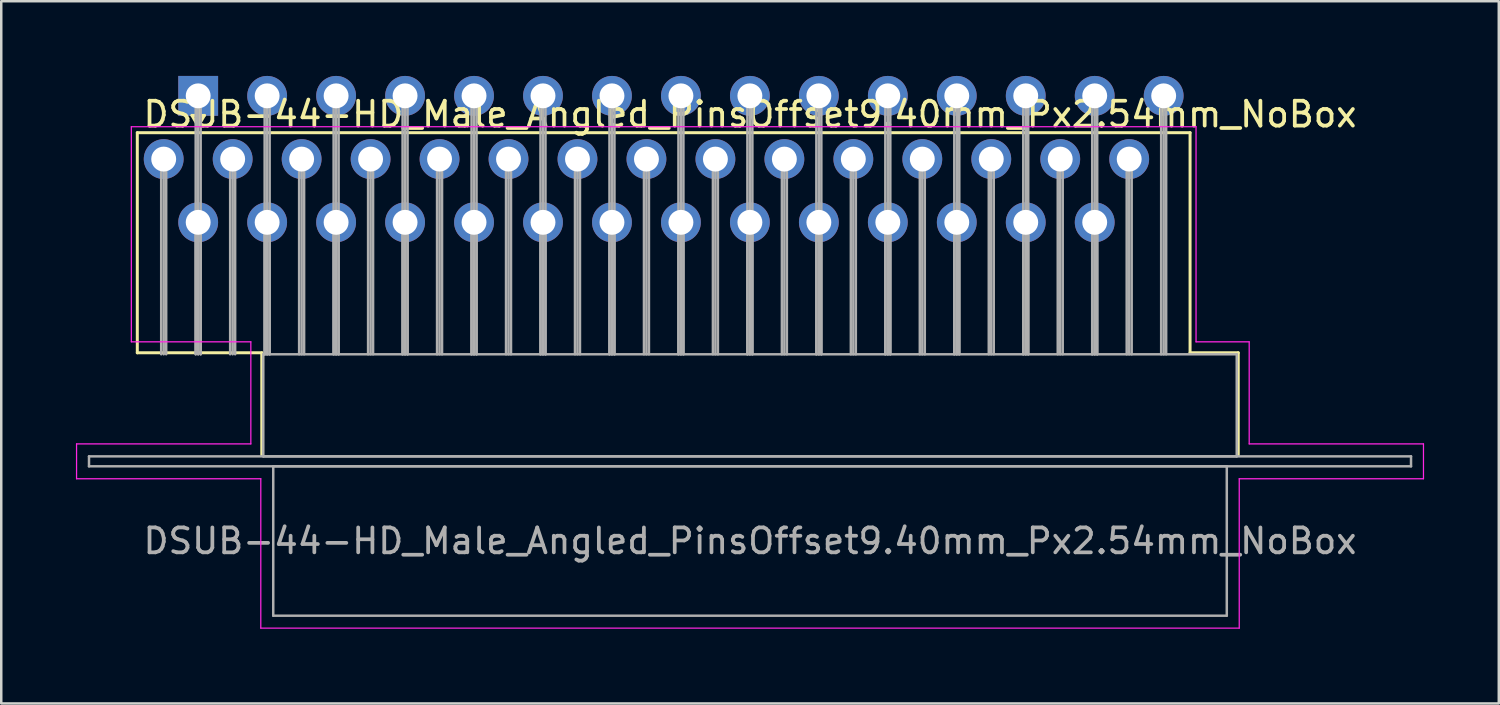
<source format=kicad_pcb>
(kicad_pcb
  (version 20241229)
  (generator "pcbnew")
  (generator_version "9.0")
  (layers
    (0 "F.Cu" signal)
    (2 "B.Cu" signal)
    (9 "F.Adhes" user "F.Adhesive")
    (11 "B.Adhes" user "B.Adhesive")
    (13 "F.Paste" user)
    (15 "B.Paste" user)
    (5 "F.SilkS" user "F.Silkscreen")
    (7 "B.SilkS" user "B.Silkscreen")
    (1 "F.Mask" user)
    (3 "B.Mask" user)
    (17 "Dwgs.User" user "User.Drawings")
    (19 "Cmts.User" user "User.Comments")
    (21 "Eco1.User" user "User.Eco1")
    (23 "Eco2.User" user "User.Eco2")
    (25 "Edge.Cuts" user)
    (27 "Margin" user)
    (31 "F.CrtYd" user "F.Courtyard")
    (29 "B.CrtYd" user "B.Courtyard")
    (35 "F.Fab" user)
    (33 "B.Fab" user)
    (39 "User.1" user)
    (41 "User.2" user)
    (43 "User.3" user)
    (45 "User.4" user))
  (footprint "DSUB-44-HD_Male_Angled_PinsOffset9.40mm_Px2.54mm_NoBox"
    (layer "F.Cu")
    (at 4.91 0.8)
    (property "Reference" "DSUB-44-HD_Male_Angled_PinsOffset9.40mm_Px2.54mm_NoBox" (at 22.165 0.74 0) (layer "F.SilkS") (effects (font (size 1 1) (thickness 0.15))))
    (attr through_hole)
    (fp_line (start -2.445 1.48) (end 39.84 1.48) (stroke (width 0.12) (type solid)) (layer "F.SilkS"))
    (fp_line (start -2.445 10.32) (end -2.445 1.48) (stroke (width 0.12) (type solid)) (layer "F.SilkS"))
    (fp_line (start -0.25 0.786) (end 0.25 0.786) (stroke (width 0.12) (type solid)) (layer "F.SilkS"))
    (fp_line (start 0 1.219) (end -0.25 0.786) (stroke (width 0.12) (type solid)) (layer "F.SilkS"))
    (fp_line (start 0.25 0.786) (end 0 1.219) (stroke (width 0.12) (type solid)) (layer "F.SilkS"))
    (fp_line (start 2.555 10.32) (end -2.445 10.32) (stroke (width 0.12) (type solid)) (layer "F.SilkS"))
    (fp_line (start 2.555 14.42) (end 2.555 10.32) (stroke (width 0.12) (type solid)) (layer "F.SilkS"))
    (fp_line (start 39.84 1.48) (end 39.84 10.32) (stroke (width 0.12) (type solid)) (layer "F.SilkS"))
    (fp_line (start 39.84 10.32) (end 41.775 10.32) (stroke (width 0.12) (type solid)) (layer "F.SilkS"))
    (fp_line (start 41.775 10.32) (end 41.775 14.42) (stroke (width 0.12) (type solid)) (layer "F.SilkS"))
    (fp_line (start -4.885 13.98) (end 2.115 13.98) (stroke (width 0.05) (type solid)) (layer "F.CrtYd"))
    (fp_line (start -4.885 15.38) (end -4.885 13.98) (stroke (width 0.05) (type solid)) (layer "F.CrtYd"))
    (fp_line (start -2.685 1.24) (end 40.08 1.24) (stroke (width 0.05) (type solid)) (layer "F.CrtYd"))
    (fp_line (start -2.685 9.88) (end -2.685 1.24) (stroke (width 0.05) (type solid)) (layer "F.CrtYd"))
    (fp_line (start 2.115 9.88) (end -2.685 9.88) (stroke (width 0.05) (type solid)) (layer "F.CrtYd"))
    (fp_line (start 2.115 13.98) (end 2.115 9.88) (stroke (width 0.05) (type solid)) (layer "F.CrtYd"))
    (fp_line (start 2.515 15.38) (end -4.885 15.38) (stroke (width 0.05) (type solid)) (layer "F.CrtYd"))
    (fp_line (start 2.515 21.38) (end 2.515 15.38) (stroke (width 0.05) (type solid)) (layer "F.CrtYd"))
    (fp_line (start 40.08 1.24) (end 40.08 9.88) (stroke (width 0.05) (type solid)) (layer "F.CrtYd"))
    (fp_line (start 40.08 9.88) (end 42.215 9.88) (stroke (width 0.05) (type solid)) (layer "F.CrtYd"))
    (fp_line (start 41.815 15.38) (end 41.815 21.38) (stroke (width 0.05) (type solid)) (layer "F.CrtYd"))
    (fp_line (start 41.815 21.38) (end 2.515 21.38) (stroke (width 0.05) (type solid)) (layer "F.CrtYd"))
    (fp_line (start 42.215 9.88) (end 42.215 13.98) (stroke (width 0.05) (type solid)) (layer "F.CrtYd"))
    (fp_line (start 42.215 13.98) (end 49.215 13.98) (stroke (width 0.05) (type solid)) (layer "F.CrtYd"))
    (fp_line (start 49.215 13.98) (end 49.215 15.38) (stroke (width 0.05) (type solid)) (layer "F.CrtYd"))
    (fp_line (start 49.215 15.38) (end 41.815 15.38) (stroke (width 0.05) (type solid)) (layer "F.CrtYd"))
    (fp_line (start -4.385 14.48) (end -4.385 14.88) (stroke (width 0.1) (type solid)) (layer "F.Fab"))
    (fp_line (start -4.385 14.88) (end 48.715 14.88) (stroke (width 0.1) (type solid)) (layer "F.Fab"))
    (fp_line (start -1.485 2.54) (end -1.485 10.38) (stroke (width 0.1) (type solid)) (layer "F.Fab"))
    (fp_line (start -1.385 2.54) (end -1.385 10.38) (stroke (width 0.1) (type solid)) (layer "F.Fab"))
    (fp_line (start -1.285 2.54) (end -1.285 10.38) (stroke (width 0.1) (type solid)) (layer "F.Fab"))
    (fp_line (start -0.1 0) (end -0.1 10.38) (stroke (width 0.1) (type solid)) (layer "F.Fab"))
    (fp_line (start -0.1 5.08) (end -0.1 10.38) (stroke (width 0.1) (type solid)) (layer "F.Fab"))
    (fp_line (start 0 0) (end 0 10.38) (stroke (width 0.1) (type solid)) (layer "F.Fab"))
    (fp_line (start 0 5.08) (end 0 10.38) (stroke (width 0.1) (type solid)) (layer "F.Fab"))
    (fp_line (start 0.1 0) (end 0.1 10.38) (stroke (width 0.1) (type solid)) (layer "F.Fab"))
    (fp_line (start 0.1 5.08) (end 0.1 10.38) (stroke (width 0.1) (type solid)) (layer "F.Fab"))
    (fp_line (start 1.285 2.54) (end 1.285 10.38) (stroke (width 0.1) (type solid)) (layer "F.Fab"))
    (fp_line (start 1.385 2.54) (end 1.385 10.38) (stroke (width 0.1) (type solid)) (layer "F.Fab"))
    (fp_line (start 1.485 2.54) (end 1.485 10.38) (stroke (width 0.1) (type solid)) (layer "F.Fab"))
    (fp_line (start 2.615 10.38) (end 2.615 14.48) (stroke (width 0.1) (type solid)) (layer "F.Fab"))
    (fp_line (start 2.615 14.48) (end 41.715 14.48) (stroke (width 0.1) (type solid)) (layer "F.Fab"))
    (fp_line (start 2.67 0) (end 2.67 10.38) (stroke (width 0.1) (type solid)) (layer "F.Fab"))
    (fp_line (start 2.67 5.08) (end 2.67 10.38) (stroke (width 0.1) (type solid)) (layer "F.Fab"))
    (fp_line (start 2.77 0) (end 2.77 10.38) (stroke (width 0.1) (type solid)) (layer "F.Fab"))
    (fp_line (start 2.77 5.08) (end 2.77 10.38) (stroke (width 0.1) (type solid)) (layer "F.Fab"))
    (fp_line (start 2.87 0) (end 2.87 10.38) (stroke (width 0.1) (type solid)) (layer "F.Fab"))
    (fp_line (start 2.87 5.08) (end 2.87 10.38) (stroke (width 0.1) (type solid)) (layer "F.Fab"))
    (fp_line (start 3.015 14.88) (end 3.015 20.88) (stroke (width 0.1) (type solid)) (layer "F.Fab"))
    (fp_line (start 3.015 20.88) (end 41.315 20.88) (stroke (width 0.1) (type solid)) (layer "F.Fab"))
    (fp_line (start 4.055 2.54) (end 4.055 10.38) (stroke (width 0.1) (type solid)) (layer "F.Fab"))
    (fp_line (start 4.155 2.54) (end 4.155 10.38) (stroke (width 0.1) (type solid)) (layer "F.Fab"))
    (fp_line (start 4.255 2.54) (end 4.255 10.38) (stroke (width 0.1) (type solid)) (layer "F.Fab"))
    (fp_line (start 5.44 0) (end 5.44 10.38) (stroke (width 0.1) (type solid)) (layer "F.Fab"))
    (fp_line (start 5.44 5.08) (end 5.44 10.38) (stroke (width 0.1) (type solid)) (layer "F.Fab"))
    (fp_line (start 5.54 0) (end 5.54 10.38) (stroke (width 0.1) (type solid)) (layer "F.Fab"))
    (fp_line (start 5.54 5.08) (end 5.54 10.38) (stroke (width 0.1) (type solid)) (layer "F.Fab"))
    (fp_line (start 5.64 0) (end 5.64 10.38) (stroke (width 0.1) (type solid)) (layer "F.Fab"))
    (fp_line (start 5.64 5.08) (end 5.64 10.38) (stroke (width 0.1) (type solid)) (layer "F.Fab"))
    (fp_line (start 6.825 2.54) (end 6.825 10.38) (stroke (width 0.1) (type solid)) (layer "F.Fab"))
    (fp_line (start 6.925 2.54) (end 6.925 10.38) (stroke (width 0.1) (type solid)) (layer "F.Fab"))
    (fp_line (start 7.025 2.54) (end 7.025 10.38) (stroke (width 0.1) (type solid)) (layer "F.Fab"))
    (fp_line (start 8.21 0) (end 8.21 10.38) (stroke (width 0.1) (type solid)) (layer "F.Fab"))
    (fp_line (start 8.21 5.08) (end 8.21 10.38) (stroke (width 0.1) (type solid)) (layer "F.Fab"))
    (fp_line (start 8.31 0) (end 8.31 10.38) (stroke (width 0.1) (type solid)) (layer "F.Fab"))
    (fp_line (start 8.31 5.08) (end 8.31 10.38) (stroke (width 0.1) (type solid)) (layer "F.Fab"))
    (fp_line (start 8.41 0) (end 8.41 10.38) (stroke (width 0.1) (type solid)) (layer "F.Fab"))
    (fp_line (start 8.41 5.08) (end 8.41 10.38) (stroke (width 0.1) (type solid)) (layer "F.Fab"))
    (fp_line (start 9.595 2.54) (end 9.595 10.38) (stroke (width 0.1) (type solid)) (layer "F.Fab"))
    (fp_line (start 9.695 2.54) (end 9.695 10.38) (stroke (width 0.1) (type solid)) (layer "F.Fab"))
    (fp_line (start 9.795 2.54) (end 9.795 10.38) (stroke (width 0.1) (type solid)) (layer "F.Fab"))
    (fp_line (start 10.98 0) (end 10.98 10.38) (stroke (width 0.1) (type solid)) (layer "F.Fab"))
    (fp_line (start 10.98 5.08) (end 10.98 10.38) (stroke (width 0.1) (type solid)) (layer "F.Fab"))
    (fp_line (start 11.08 0) (end 11.08 10.38) (stroke (width 0.1) (type solid)) (layer "F.Fab"))
    (fp_line (start 11.08 5.08) (end 11.08 10.38) (stroke (width 0.1) (type solid)) (layer "F.Fab"))
    (fp_line (start 11.18 0) (end 11.18 10.38) (stroke (width 0.1) (type solid)) (layer "F.Fab"))
    (fp_line (start 11.18 5.08) (end 11.18 10.38) (stroke (width 0.1) (type solid)) (layer "F.Fab"))
    (fp_line (start 12.365 2.54) (end 12.365 10.38) (stroke (width 0.1) (type solid)) (layer "F.Fab"))
    (fp_line (start 12.465 2.54) (end 12.465 10.38) (stroke (width 0.1) (type solid)) (layer "F.Fab"))
    (fp_line (start 12.565 2.54) (end 12.565 10.38) (stroke (width 0.1) (type solid)) (layer "F.Fab"))
    (fp_line (start 13.75 0) (end 13.75 10.38) (stroke (width 0.1) (type solid)) (layer "F.Fab"))
    (fp_line (start 13.75 5.08) (end 13.75 10.38) (stroke (width 0.1) (type solid)) (layer "F.Fab"))
    (fp_line (start 13.85 0) (end 13.85 10.38) (stroke (width 0.1) (type solid)) (layer "F.Fab"))
    (fp_line (start 13.85 5.08) (end 13.85 10.38) (stroke (width 0.1) (type solid)) (layer "F.Fab"))
    (fp_line (start 13.95 0) (end 13.95 10.38) (stroke (width 0.1) (type solid)) (layer "F.Fab"))
    (fp_line (start 13.95 5.08) (end 13.95 10.38) (stroke (width 0.1) (type solid)) (layer "F.Fab"))
    (fp_line (start 15.135 2.54) (end 15.135 10.38) (stroke (width 0.1) (type solid)) (layer "F.Fab"))
    (fp_line (start 15.235 2.54) (end 15.235 10.38) (stroke (width 0.1) (type solid)) (layer "F.Fab"))
    (fp_line (start 15.335 2.54) (end 15.335 10.38) (stroke (width 0.1) (type solid)) (layer "F.Fab"))
    (fp_line (start 16.52 0) (end 16.52 10.38) (stroke (width 0.1) (type solid)) (layer "F.Fab"))
    (fp_line (start 16.52 5.08) (end 16.52 10.38) (stroke (width 0.1) (type solid)) (layer "F.Fab"))
    (fp_line (start 16.62 0) (end 16.62 10.38) (stroke (width 0.1) (type solid)) (layer "F.Fab"))
    (fp_line (start 16.62 5.08) (end 16.62 10.38) (stroke (width 0.1) (type solid)) (layer "F.Fab"))
    (fp_line (start 16.72 0) (end 16.72 10.38) (stroke (width 0.1) (type solid)) (layer "F.Fab"))
    (fp_line (start 16.72 5.08) (end 16.72 10.38) (stroke (width 0.1) (type solid)) (layer "F.Fab"))
    (fp_line (start 17.905 2.54) (end 17.905 10.38) (stroke (width 0.1) (type solid)) (layer "F.Fab"))
    (fp_line (start 18.005 2.54) (end 18.005 10.38) (stroke (width 0.1) (type solid)) (layer "F.Fab"))
    (fp_line (start 18.105 2.54) (end 18.105 10.38) (stroke (width 0.1) (type solid)) (layer "F.Fab"))
    (fp_line (start 19.29 0) (end 19.29 10.38) (stroke (width 0.1) (type solid)) (layer "F.Fab"))
    (fp_line (start 19.29 5.08) (end 19.29 10.38) (stroke (width 0.1) (type solid)) (layer "F.Fab"))
    (fp_line (start 19.39 0) (end 19.39 10.38) (stroke (width 0.1) (type solid)) (layer "F.Fab"))
    (fp_line (start 19.39 5.08) (end 19.39 10.38) (stroke (width 0.1) (type solid)) (layer "F.Fab"))
    (fp_line (start 19.49 0) (end 19.49 10.38) (stroke (width 0.1) (type solid)) (layer "F.Fab"))
    (fp_line (start 19.49 5.08) (end 19.49 10.38) (stroke (width 0.1) (type solid)) (layer "F.Fab"))
    (fp_line (start 20.675 2.54) (end 20.675 10.38) (stroke (width 0.1) (type solid)) (layer "F.Fab"))
    (fp_line (start 20.775 2.54) (end 20.775 10.38) (stroke (width 0.1) (type solid)) (layer "F.Fab"))
    (fp_line (start 20.875 2.54) (end 20.875 10.38) (stroke (width 0.1) (type solid)) (layer "F.Fab"))
    (fp_line (start 22.06 0) (end 22.06 10.38) (stroke (width 0.1) (type solid)) (layer "F.Fab"))
    (fp_line (start 22.06 5.08) (end 22.06 10.38) (stroke (width 0.1) (type solid)) (layer "F.Fab"))
    (fp_line (start 22.16 0) (end 22.16 10.38) (stroke (width 0.1) (type solid)) (layer "F.Fab"))
    (fp_line (start 22.16 5.08) (end 22.16 10.38) (stroke (width 0.1) (type solid)) (layer "F.Fab"))
    (fp_line (start 22.26 0) (end 22.26 10.38) (stroke (width 0.1) (type solid)) (layer "F.Fab"))
    (fp_line (start 22.26 5.08) (end 22.26 10.38) (stroke (width 0.1) (type solid)) (layer "F.Fab"))
    (fp_line (start 23.445 2.54) (end 23.445 10.38) (stroke (width 0.1) (type solid)) (layer "F.Fab"))
    (fp_line (start 23.545 2.54) (end 23.545 10.38) (stroke (width 0.1) (type solid)) (layer "F.Fab"))
    (fp_line (start 23.645 2.54) (end 23.645 10.38) (stroke (width 0.1) (type solid)) (layer "F.Fab"))
    (fp_line (start 24.83 0) (end 24.83 10.38) (stroke (width 0.1) (type solid)) (layer "F.Fab"))
    (fp_line (start 24.83 5.08) (end 24.83 10.38) (stroke (width 0.1) (type solid)) (layer "F.Fab"))
    (fp_line (start 24.93 0) (end 24.93 10.38) (stroke (width 0.1) (type solid)) (layer "F.Fab"))
    (fp_line (start 24.93 5.08) (end 24.93 10.38) (stroke (width 0.1) (type solid)) (layer "F.Fab"))
    (fp_line (start 25.03 0) (end 25.03 10.38) (stroke (width 0.1) (type solid)) (layer "F.Fab"))
    (fp_line (start 25.03 5.08) (end 25.03 10.38) (stroke (width 0.1) (type solid)) (layer "F.Fab"))
    (fp_line (start 26.215 2.54) (end 26.215 10.38) (stroke (width 0.1) (type solid)) (layer "F.Fab"))
    (fp_line (start 26.315 2.54) (end 26.315 10.38) (stroke (width 0.1) (type solid)) (layer "F.Fab"))
    (fp_line (start 26.415 2.54) (end 26.415 10.38) (stroke (width 0.1) (type solid)) (layer "F.Fab"))
    (fp_line (start 27.6 0) (end 27.6 10.38) (stroke (width 0.1) (type solid)) (layer "F.Fab"))
    (fp_line (start 27.6 5.08) (end 27.6 10.38) (stroke (width 0.1) (type solid)) (layer "F.Fab"))
    (fp_line (start 27.7 0) (end 27.7 10.38) (stroke (width 0.1) (type solid)) (layer "F.Fab"))
    (fp_line (start 27.7 5.08) (end 27.7 10.38) (stroke (width 0.1) (type solid)) (layer "F.Fab"))
    (fp_line (start 27.8 0) (end 27.8 10.38) (stroke (width 0.1) (type solid)) (layer "F.Fab"))
    (fp_line (start 27.8 5.08) (end 27.8 10.38) (stroke (width 0.1) (type solid)) (layer "F.Fab"))
    (fp_line (start 28.985 2.54) (end 28.985 10.38) (stroke (width 0.1) (type solid)) (layer "F.Fab"))
    (fp_line (start 29.085 2.54) (end 29.085 10.38) (stroke (width 0.1) (type solid)) (layer "F.Fab"))
    (fp_line (start 29.185 2.54) (end 29.185 10.38) (stroke (width 0.1) (type solid)) (layer "F.Fab"))
    (fp_line (start 30.37 0) (end 30.37 10.38) (stroke (width 0.1) (type solid)) (layer "F.Fab"))
    (fp_line (start 30.37 5.08) (end 30.37 10.38) (stroke (width 0.1) (type solid)) (layer "F.Fab"))
    (fp_line (start 30.47 0) (end 30.47 10.38) (stroke (width 0.1) (type solid)) (layer "F.Fab"))
    (fp_line (start 30.47 5.08) (end 30.47 10.38) (stroke (width 0.1) (type solid)) (layer "F.Fab"))
    (fp_line (start 30.57 0) (end 30.57 10.38) (stroke (width 0.1) (type solid)) (layer "F.Fab"))
    (fp_line (start 30.57 5.08) (end 30.57 10.38) (stroke (width 0.1) (type solid)) (layer "F.Fab"))
    (fp_line (start 31.755 2.54) (end 31.755 10.38) (stroke (width 0.1) (type solid)) (layer "F.Fab"))
    (fp_line (start 31.855 2.54) (end 31.855 10.38) (stroke (width 0.1) (type solid)) (layer "F.Fab"))
    (fp_line (start 31.955 2.54) (end 31.955 10.38) (stroke (width 0.1) (type solid)) (layer "F.Fab"))
    (fp_line (start 33.14 0) (end 33.14 10.38) (stroke (width 0.1) (type solid)) (layer "F.Fab"))
    (fp_line (start 33.14 5.08) (end 33.14 10.38) (stroke (width 0.1) (type solid)) (layer "F.Fab"))
    (fp_line (start 33.24 0) (end 33.24 10.38) (stroke (width 0.1) (type solid)) (layer "F.Fab"))
    (fp_line (start 33.24 5.08) (end 33.24 10.38) (stroke (width 0.1) (type solid)) (layer "F.Fab"))
    (fp_line (start 33.34 0) (end 33.34 10.38) (stroke (width 0.1) (type solid)) (layer "F.Fab"))
    (fp_line (start 33.34 5.08) (end 33.34 10.38) (stroke (width 0.1) (type solid)) (layer "F.Fab"))
    (fp_line (start 34.525 2.54) (end 34.525 10.38) (stroke (width 0.1) (type solid)) (layer "F.Fab"))
    (fp_line (start 34.625 2.54) (end 34.625 10.38) (stroke (width 0.1) (type solid)) (layer "F.Fab"))
    (fp_line (start 34.725 2.54) (end 34.725 10.38) (stroke (width 0.1) (type solid)) (layer "F.Fab"))
    (fp_line (start 35.91 0) (end 35.91 10.38) (stroke (width 0.1) (type solid)) (layer "F.Fab"))
    (fp_line (start 35.91 5.08) (end 35.91 10.38) (stroke (width 0.1) (type solid)) (layer "F.Fab"))
    (fp_line (start 36.01 0) (end 36.01 10.38) (stroke (width 0.1) (type solid)) (layer "F.Fab"))
    (fp_line (start 36.01 5.08) (end 36.01 10.38) (stroke (width 0.1) (type solid)) (layer "F.Fab"))
    (fp_line (start 36.11 0) (end 36.11 10.38) (stroke (width 0.1) (type solid)) (layer "F.Fab"))
    (fp_line (start 36.11 5.08) (end 36.11 10.38) (stroke (width 0.1) (type solid)) (layer "F.Fab"))
    (fp_line (start 37.295 2.54) (end 37.295 10.38) (stroke (width 0.1) (type solid)) (layer "F.Fab"))
    (fp_line (start 37.395 2.54) (end 37.395 10.38) (stroke (width 0.1) (type solid)) (layer "F.Fab"))
    (fp_line (start 37.495 2.54) (end 37.495 10.38) (stroke (width 0.1) (type solid)) (layer "F.Fab"))
    (fp_line (start 38.68 0) (end 38.68 10.38) (stroke (width 0.1) (type solid)) (layer "F.Fab"))
    (fp_line (start 38.78 0) (end 38.78 10.38) (stroke (width 0.1) (type solid)) (layer "F.Fab"))
    (fp_line (start 38.88 0) (end 38.88 10.38) (stroke (width 0.1) (type solid)) (layer "F.Fab"))
    (fp_line (start 41.315 14.88) (end 3.015 14.88) (stroke (width 0.1) (type solid)) (layer "F.Fab"))
    (fp_line (start 41.315 20.88) (end 41.315 14.88) (stroke (width 0.1) (type solid)) (layer "F.Fab"))
    (fp_line (start 41.715 10.38) (end 2.615 10.38) (stroke (width 0.1) (type solid)) (layer "F.Fab"))
    (fp_line (start 41.715 14.48) (end 41.715 10.38) (stroke (width 0.1) (type solid)) (layer "F.Fab"))
    (fp_line (start 48.715 14.48) (end -4.385 14.48) (stroke (width 0.1) (type solid)) (layer "F.Fab"))
    (fp_line (start 48.715 14.88) (end 48.715 14.48) (stroke (width 0.1) (type solid)) (layer "F.Fab"))
    (fp_text user "${REFERENCE}" (at 22.165 17.88 0) (layer "F.Fab") (effects (font (size 1 1) (thickness 0.15))))
    (pad "1" thru_hole rect (at 0 0) (size 1.6 1.6) (drill 1) (layers "*.Cu" "*.Mask"))
    (pad "2" thru_hole circle (at 2.77 0) (size 1.6 1.6) (drill 1) (layers "*.Cu" "*.Mask"))
    (pad "3" thru_hole circle (at 5.54 0) (size 1.6 1.6) (drill 1) (layers "*.Cu" "*.Mask"))
    (pad "4" thru_hole circle (at 8.31 0) (size 1.6 1.6) (drill 1) (layers "*.Cu" "*.Mask"))
    (pad "5" thru_hole circle (at 11.08 0) (size 1.6 1.6) (drill 1) (layers "*.Cu" "*.Mask"))
    (pad "6" thru_hole circle (at 13.85 0) (size 1.6 1.6) (drill 1) (layers "*.Cu" "*.Mask"))
    (pad "7" thru_hole circle (at 16.62 0) (size 1.6 1.6) (drill 1) (layers "*.Cu" "*.Mask"))
    (pad "8" thru_hole circle (at 19.39 0) (size 1.6 1.6) (drill 1) (layers "*.Cu" "*.Mask"))
    (pad "9" thru_hole circle (at 22.16 0) (size 1.6 1.6) (drill 1) (layers "*.Cu" "*.Mask"))
    (pad "10" thru_hole circle (at 24.93 0) (size 1.6 1.6) (drill 1) (layers "*.Cu" "*.Mask"))
    (pad "11" thru_hole circle (at 27.7 0) (size 1.6 1.6) (drill 1) (layers "*.Cu" "*.Mask"))
    (pad "12" thru_hole circle (at 30.47 0) (size 1.6 1.6) (drill 1) (layers "*.Cu" "*.Mask"))
    (pad "13" thru_hole circle (at 33.24 0) (size 1.6 1.6) (drill 1) (layers "*.Cu" "*.Mask"))
    (pad "14" thru_hole circle (at 36.01 0) (size 1.6 1.6) (drill 1) (layers "*.Cu" "*.Mask"))
    (pad "15" thru_hole circle (at 38.78 0) (size 1.6 1.6) (drill 1) (layers "*.Cu" "*.Mask"))
    (pad "16" thru_hole circle (at -1.385 2.54) (size 1.6 1.6) (drill 1) (layers "*.Cu" "*.Mask"))
    (pad "17" thru_hole circle (at 1.385 2.54) (size 1.6 1.6) (drill 1) (layers "*.Cu" "*.Mask"))
    (pad "18" thru_hole circle (at 4.155 2.54) (size 1.6 1.6) (drill 1) (layers "*.Cu" "*.Mask"))
    (pad "19" thru_hole circle (at 6.925 2.54) (size 1.6 1.6) (drill 1) (layers "*.Cu" "*.Mask"))
    (pad "20" thru_hole circle (at 9.695 2.54) (size 1.6 1.6) (drill 1) (layers "*.Cu" "*.Mask"))
    (pad "21" thru_hole circle (at 12.465 2.54) (size 1.6 1.6) (drill 1) (layers "*.Cu" "*.Mask"))
    (pad "22" thru_hole circle (at 15.235 2.54) (size 1.6 1.6) (drill 1) (layers "*.Cu" "*.Mask"))
    (pad "23" thru_hole circle (at 18.005 2.54) (size 1.6 1.6) (drill 1) (layers "*.Cu" "*.Mask"))
    (pad "24" thru_hole circle (at 20.775 2.54) (size 1.6 1.6) (drill 1) (layers "*.Cu" "*.Mask"))
    (pad "25" thru_hole circle (at 23.545 2.54) (size 1.6 1.6) (drill 1) (layers "*.Cu" "*.Mask"))
    (pad "26" thru_hole circle (at 26.315 2.54) (size 1.6 1.6) (drill 1) (layers "*.Cu" "*.Mask"))
    (pad "27" thru_hole circle (at 29.085 2.54) (size 1.6 1.6) (drill 1) (layers "*.Cu" "*.Mask"))
    (pad "28" thru_hole circle (at 31.855 2.54) (size 1.6 1.6) (drill 1) (layers "*.Cu" "*.Mask"))
    (pad "29" thru_hole circle (at 34.625 2.54) (size 1.6 1.6) (drill 1) (layers "*.Cu" "*.Mask"))
    (pad "30" thru_hole circle (at 37.395 2.54) (size 1.6 1.6) (drill 1) (layers "*.Cu" "*.Mask"))
    (pad "31" thru_hole circle (at 0 5.08) (size 1.6 1.6) (drill 1) (layers "*.Cu" "*.Mask"))
    (pad "32" thru_hole circle (at 2.77 5.08) (size 1.6 1.6) (drill 1) (layers "*.Cu" "*.Mask"))
    (pad "33" thru_hole circle (at 5.54 5.08) (size 1.6 1.6) (drill 1) (layers "*.Cu" "*.Mask"))
    (pad "34" thru_hole circle (at 8.31 5.08) (size 1.6 1.6) (drill 1) (layers "*.Cu" "*.Mask"))
    (pad "35" thru_hole circle (at 11.08 5.08) (size 1.6 1.6) (drill 1) (layers "*.Cu" "*.Mask"))
    (pad "36" thru_hole circle (at 13.85 5.08) (size 1.6 1.6) (drill 1) (layers "*.Cu" "*.Mask"))
    (pad "37" thru_hole circle (at 16.62 5.08) (size 1.6 1.6) (drill 1) (layers "*.Cu" "*.Mask"))
    (pad "38" thru_hole circle (at 19.39 5.08) (size 1.6 1.6) (drill 1) (layers "*.Cu" "*.Mask"))
    (pad "39" thru_hole circle (at 22.16 5.08) (size 1.6 1.6) (drill 1) (layers "*.Cu" "*.Mask"))
    (pad "40" thru_hole circle (at 24.93 5.08) (size 1.6 1.6) (drill 1) (layers "*.Cu" "*.Mask"))
    (pad "41" thru_hole circle (at 27.7 5.08) (size 1.6 1.6) (drill 1) (layers "*.Cu" "*.Mask"))
    (pad "42" thru_hole circle (at 30.47 5.08) (size 1.6 1.6) (drill 1) (layers "*.Cu" "*.Mask"))
    (pad "43" thru_hole circle (at 33.24 5.08) (size 1.6 1.6) (drill 1) (layers "*.Cu" "*.Mask"))
    (pad "44" thru_hole circle (at 36.01 5.08) (size 1.6 1.6) (drill 1) (layers "*.Cu" "*.Mask")))
  (gr_rect
    (start -3 -3)
    (end 57.15 25.205)
    (stroke (width 0.1) (type default))
    (fill no)
    (layer "Edge.Cuts")))
</source>
